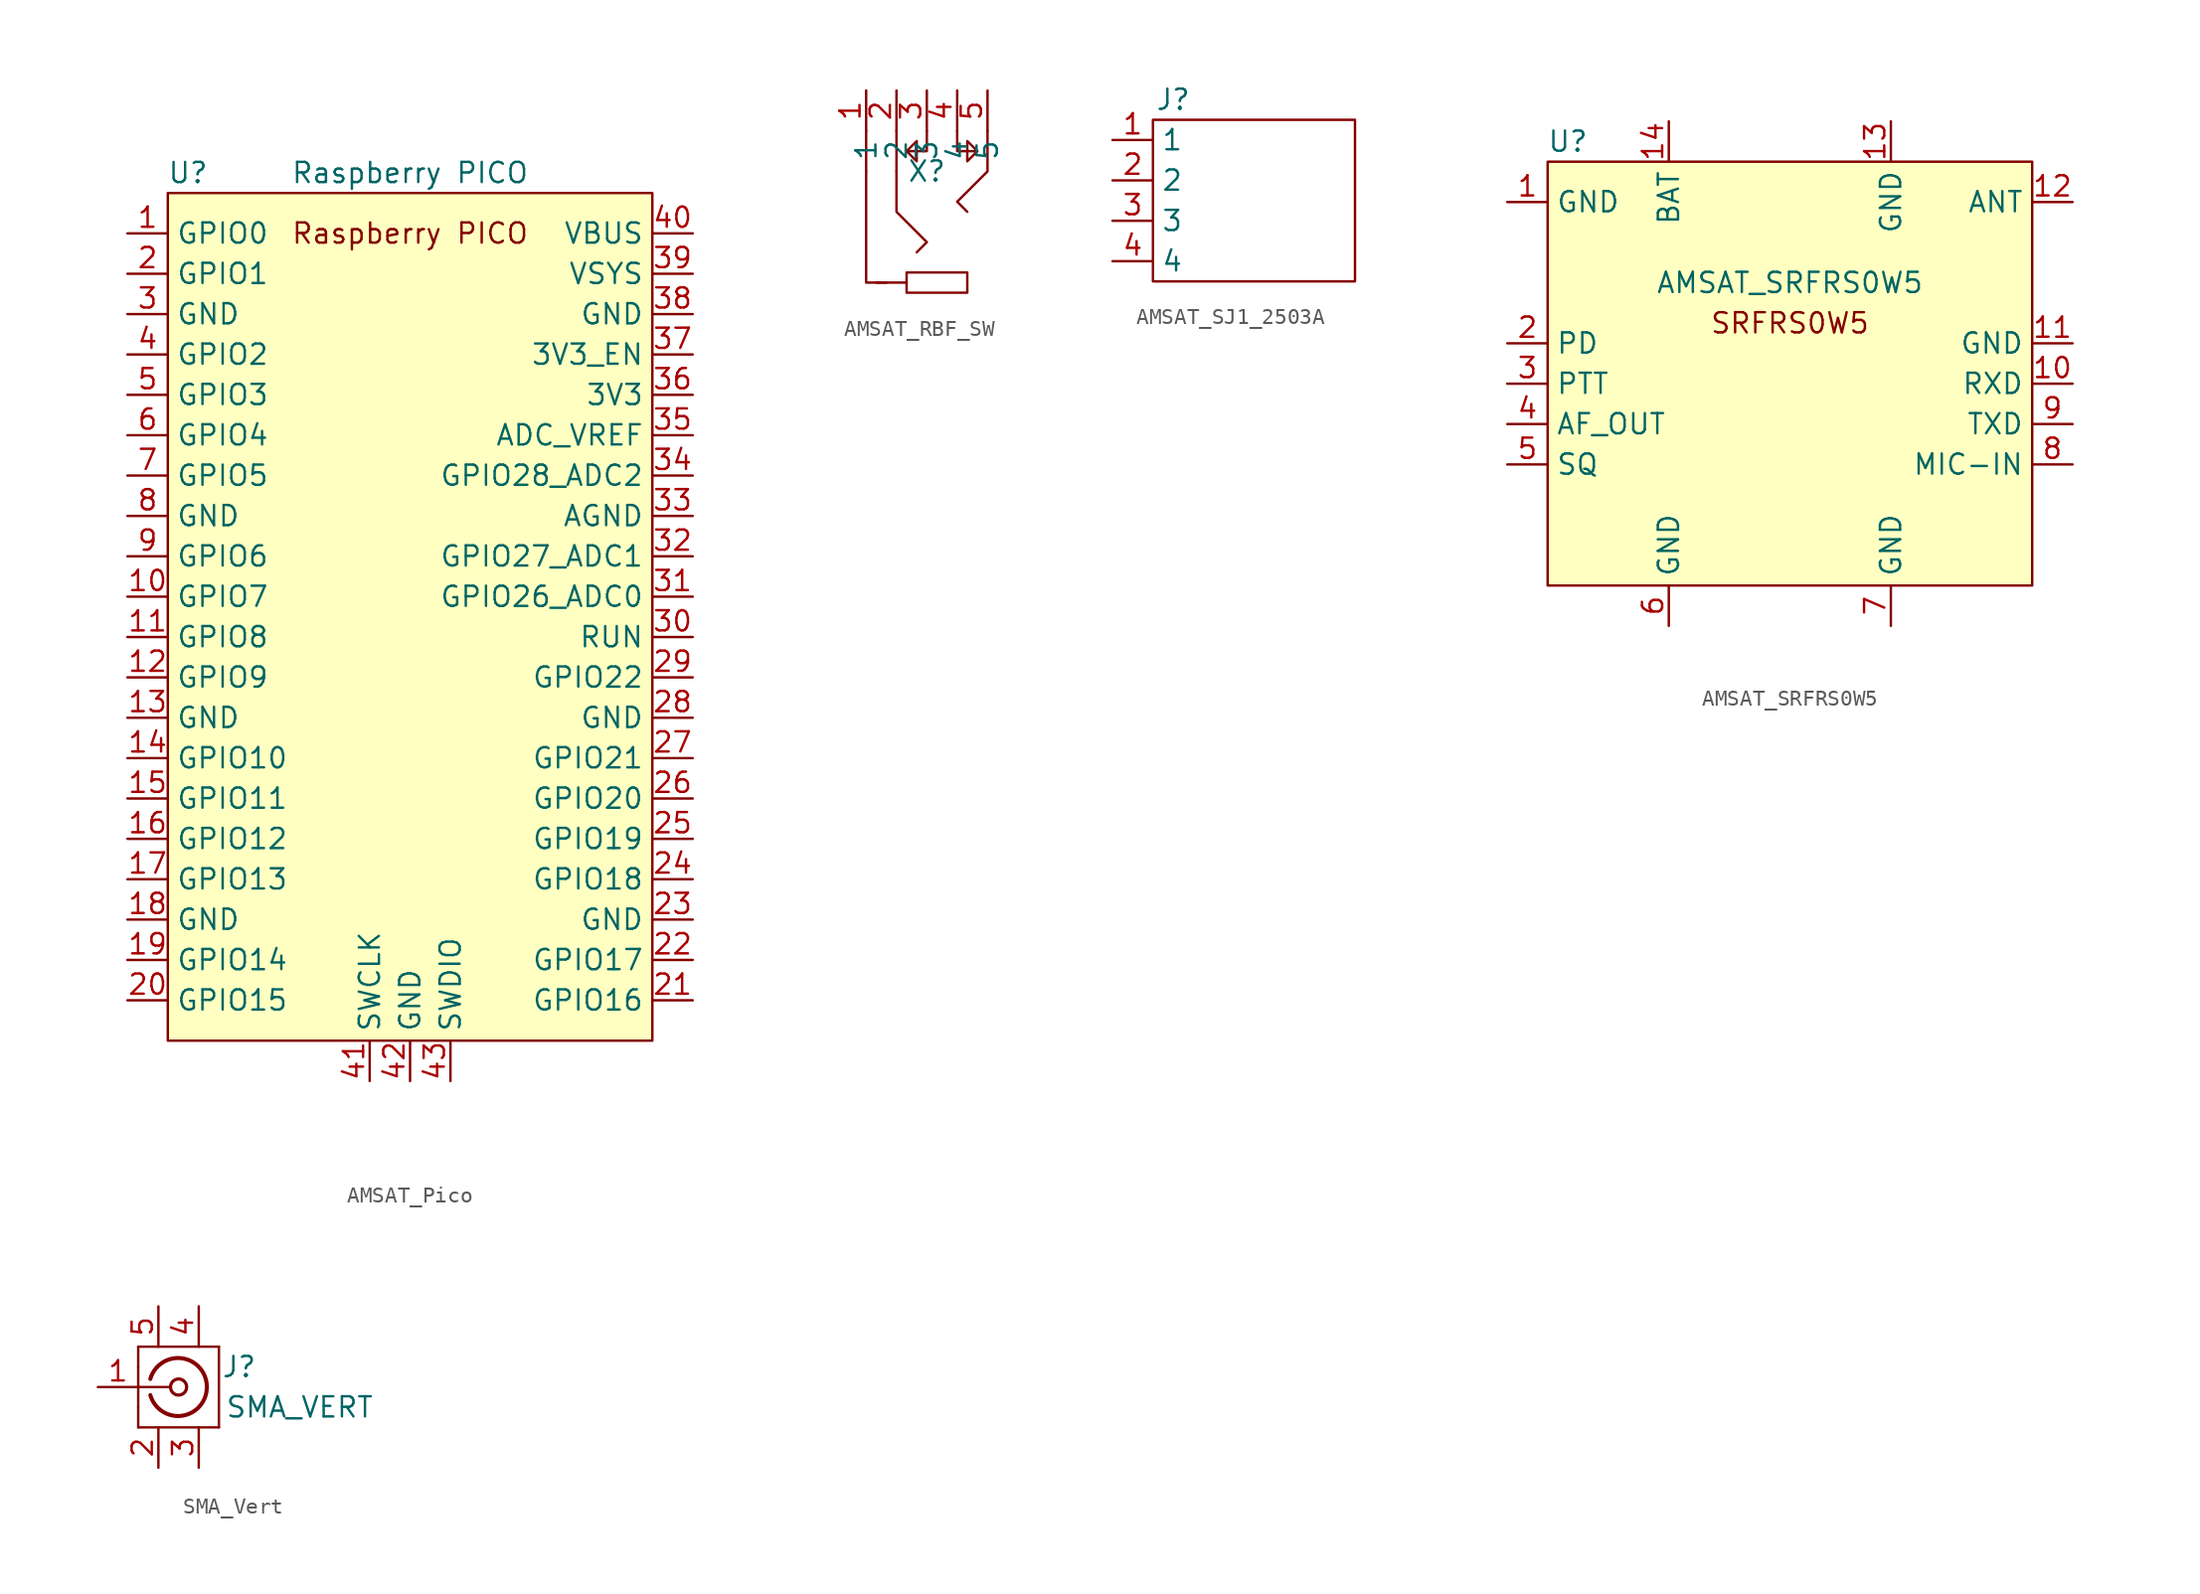
<source format=kicad_sym>
(kicad_symbol_lib
  (version 20220914)
  (generator kicad_symbol_editor)
  (symbol "AMSAT_Pico"
    (property "Reference" "U"
      (at -13.97 27.94 0)
      (effects (font (size 1.27 1.27))))
    (property "Value" "Raspberry PICO"
      (at 0 27.94 0)
      (effects (font (size 1.27 1.27))))
    (symbol "AMSAT_Pico_0_1"
      (rectangle (start -15.24 26.67) (end 15.24 -26.67) (stroke (width 0) (type default)) (fill (type background))))
    (symbol "AMSAT_Pico_1_0"
      (text "Raspberry PICO\n" (at 0 24.13 0) (effects (font (size 1.27 1.27)))))
    (symbol "AMSAT_Pico_1_1"
      (pin bidirectional line (at -17.78 24.13 0) (length 2.54) (name "GPIO0" (effects (font (size 1.27 1.27)))) (number "1" (effects (font (size 1.27 1.27)))))
      (pin bidirectional line (at -17.78 1.27 0) (length 2.54) (name "GPIO7" (effects (font (size 1.27 1.27)))) (number "10" (effects (font (size 1.27 1.27)))))
      (pin bidirectional line (at -17.78 -1.27 0) (length 2.54) (name "GPIO8" (effects (font (size 1.27 1.27)))) (number "11" (effects (font (size 1.27 1.27)))))
      (pin bidirectional line (at -17.78 -3.81 0) (length 2.54) (name "GPIO9" (effects (font (size 1.27 1.27)))) (number "12" (effects (font (size 1.27 1.27)))))
      (pin power_in line (at -17.78 -6.35 0) (length 2.54) (name "GND" (effects (font (size 1.27 1.27)))) (number "13" (effects (font (size 1.27 1.27)))))
      (pin bidirectional line (at -17.78 -8.89 0) (length 2.54) (name "GPIO10" (effects (font (size 1.27 1.27)))) (number "14" (effects (font (size 1.27 1.27)))))
      (pin bidirectional line (at -17.78 -11.43 0) (length 2.54) (name "GPIO11" (effects (font (size 1.27 1.27)))) (number "15" (effects (font (size 1.27 1.27)))))
      (pin bidirectional line (at -17.78 -13.97 0) (length 2.54) (name "GPIO12" (effects (font (size 1.27 1.27)))) (number "16" (effects (font (size 1.27 1.27)))))
      (pin bidirectional line (at -17.78 -16.51 0) (length 2.54) (name "GPIO13" (effects (font (size 1.27 1.27)))) (number "17" (effects (font (size 1.27 1.27)))))
      (pin power_in line (at -17.78 -19.05 0) (length 2.54) (name "GND" (effects (font (size 1.27 1.27)))) (number "18" (effects (font (size 1.27 1.27)))))
      (pin bidirectional line (at -17.78 -21.59 0) (length 2.54) (name "GPIO14" (effects (font (size 1.27 1.27)))) (number "19" (effects (font (size 1.27 1.27)))))
      (pin bidirectional line (at -17.78 21.59 0) (length 2.54) (name "GPIO1" (effects (font (size 1.27 1.27)))) (number "2" (effects (font (size 1.27 1.27)))))
      (pin bidirectional line (at -17.78 -24.13 0) (length 2.54) (name "GPIO15" (effects (font (size 1.27 1.27)))) (number "20" (effects (font (size 1.27 1.27)))))
      (pin bidirectional line (at 17.78 -24.13 180) (length 2.54) (name "GPIO16" (effects (font (size 1.27 1.27)))) (number "21" (effects (font (size 1.27 1.27)))))
      (pin bidirectional line (at 17.78 -21.59 180) (length 2.54) (name "GPIO17" (effects (font (size 1.27 1.27)))) (number "22" (effects (font (size 1.27 1.27)))))
      (pin power_in line (at 17.78 -19.05 180) (length 2.54) (name "GND" (effects (font (size 1.27 1.27)))) (number "23" (effects (font (size 1.27 1.27)))))
      (pin bidirectional line (at 17.78 -16.51 180) (length 2.54) (name "GPIO18" (effects (font (size 1.27 1.27)))) (number "24" (effects (font (size 1.27 1.27)))))
      (pin bidirectional line (at 17.78 -13.97 180) (length 2.54) (name "GPIO19" (effects (font (size 1.27 1.27)))) (number "25" (effects (font (size 1.27 1.27)))))
      (pin bidirectional line (at 17.78 -11.43 180) (length 2.54) (name "GPIO20" (effects (font (size 1.27 1.27)))) (number "26" (effects (font (size 1.27 1.27)))))
      (pin bidirectional line (at 17.78 -8.89 180) (length 2.54) (name "GPIO21" (effects (font (size 1.27 1.27)))) (number "27" (effects (font (size 1.27 1.27)))))
      (pin power_in line (at 17.78 -6.35 180) (length 2.54) (name "GND" (effects (font (size 1.27 1.27)))) (number "28" (effects (font (size 1.27 1.27)))))
      (pin bidirectional line (at 17.78 -3.81 180) (length 2.54) (name "GPIO22" (effects (font (size 1.27 1.27)))) (number "29" (effects (font (size 1.27 1.27)))))
      (pin power_in line (at -17.78 19.05 0) (length 2.54) (name "GND" (effects (font (size 1.27 1.27)))) (number "3" (effects (font (size 1.27 1.27)))))
      (pin input line (at 17.78 -1.27 180) (length 2.54) (name "RUN" (effects (font (size 1.27 1.27)))) (number "30" (effects (font (size 1.27 1.27)))))
      (pin bidirectional line (at 17.78 1.27 180) (length 2.54) (name "GPIO26_ADC0" (effects (font (size 1.27 1.27)))) (number "31" (effects (font (size 1.27 1.27)))))
      (pin bidirectional line (at 17.78 3.81 180) (length 2.54) (name "GPIO27_ADC1" (effects (font (size 1.27 1.27)))) (number "32" (effects (font (size 1.27 1.27)))))
      (pin power_in line (at 17.78 6.35 180) (length 2.54) (name "AGND" (effects (font (size 1.27 1.27)))) (number "33" (effects (font (size 1.27 1.27)))))
      (pin bidirectional line (at 17.78 8.89 180) (length 2.54) (name "GPIO28_ADC2" (effects (font (size 1.27 1.27)))) (number "34" (effects (font (size 1.27 1.27)))))
      (pin power_in line (at 17.78 11.43 180) (length 2.54) (name "ADC_VREF" (effects (font (size 1.27 1.27)))) (number "35" (effects (font (size 1.27 1.27)))))
      (pin power_in line (at 17.78 13.97 180) (length 2.54) (name "3V3" (effects (font (size 1.27 1.27)))) (number "36" (effects (font (size 1.27 1.27)))))
      (pin input line (at 17.78 16.51 180) (length 2.54) (name "3V3_EN" (effects (font (size 1.27 1.27)))) (number "37" (effects (font (size 1.27 1.27)))))
      (pin bidirectional line (at 17.78 19.05 180) (length 2.54) (name "GND" (effects (font (size 1.27 1.27)))) (number "38" (effects (font (size 1.27 1.27)))))
      (pin power_in line (at 17.78 21.59 180) (length 2.54) (name "VSYS" (effects (font (size 1.27 1.27)))) (number "39" (effects (font (size 1.27 1.27)))))
      (pin bidirectional line (at -17.78 16.51 0) (length 2.54) (name "GPIO2" (effects (font (size 1.27 1.27)))) (number "4" (effects (font (size 1.27 1.27)))))
      (pin power_in line (at 17.78 24.13 180) (length 2.54) (name "VBUS" (effects (font (size 1.27 1.27)))) (number "40" (effects (font (size 1.27 1.27)))))
      (pin input line (at -2.54 -29.21 90) (length 2.54) (name "SWCLK" (effects (font (size 1.27 1.27)))) (number "41" (effects (font (size 1.27 1.27)))))
      (pin power_in line (at 0 -29.21 90) (length 2.54) (name "GND" (effects (font (size 1.27 1.27)))) (number "42" (effects (font (size 1.27 1.27)))))
      (pin bidirectional line (at 2.54 -29.21 90) (length 2.54) (name "SWDIO" (effects (font (size 1.27 1.27)))) (number "43" (effects (font (size 1.27 1.27)))))
      (pin bidirectional line (at -17.78 13.97 0) (length 2.54) (name "GPIO3" (effects (font (size 1.27 1.27)))) (number "5" (effects (font (size 1.27 1.27)))))
      (pin bidirectional line (at -17.78 11.43 0) (length 2.54) (name "GPIO4" (effects (font (size 1.27 1.27)))) (number "6" (effects (font (size 1.27 1.27)))))
      (pin bidirectional line (at -17.78 8.89 0) (length 2.54) (name "GPIO5" (effects (font (size 1.27 1.27)))) (number "7" (effects (font (size 1.27 1.27)))))
      (pin power_in line (at -17.78 6.35 0) (length 2.54) (name "GND" (effects (font (size 1.27 1.27)))) (number "8" (effects (font (size 1.27 1.27)))))
      (pin bidirectional line (at -17.78 3.81 0) (length 2.54) (name "GPIO6" (effects (font (size 1.27 1.27)))) (number "9" (effects (font (size 1.27 1.27)))))))
  (symbol "AMSAT_RBF_SW"
    (property "Reference" "X"
      (at 0 2.54 0)
      (effects (font (size 1.27 1.27))))
    (property "Value" ""
      (at 0 2.54 0)
      (effects (font (size 1.27 1.27))))
    (symbol "AMSAT_RBF_SW_0_1"
      (rectangle (start -1.27 -3.81) (end 2.54 -5.08) (stroke (width 0) (type default)) (fill (type none)))
      (polyline (pts (xy -3.81 5.08) (xy -3.81 2.54)) (stroke (width 0) (type default)) (fill (type none)))
      (polyline (pts (xy -3.175 -4.445) (xy -1.27 -4.445)) (stroke (width 0) (type default)) (fill (type none)))
      (polyline (pts (xy -1.905 5.08) (xy -1.905 2.54)) (stroke (width 0) (type default)) (fill (type none)))
      (polyline (pts (xy -2.54 -4.445) (xy -3.81 -4.445) (xy -3.81 2.54)) (stroke (width 0) (type default)) (fill (type none)))
      (polyline (pts (xy -1.905 2.54) (xy -1.905 0) (xy 0 -1.905) (xy -0.635 -2.54)) (stroke (width 0) (type default)) (fill (type none)))
      (polyline (pts (xy 3.81 5.08) (xy 3.81 2.54) (xy 1.905 0.635) (xy 2.54 0)) (stroke (width 0) (type default)) (fill (type none)))
      (polyline (pts (xy 0 5.08) (xy 0 3.81) (xy -1.27 3.81) (xy -0.635 4.445) (xy -0.635 3.175) (xy -1.27 3.81)) (stroke (width 0) (type default)) (fill (type none)))
      (polyline (pts (xy 1.905 5.08) (xy 1.905 3.81) (xy 3.175 3.81) (xy 2.54 4.445) (xy 2.54 3.175) (xy 3.175 3.81)) (stroke (width 0) (type default)) (fill (type none))))
    (symbol "AMSAT_RBF_SW_1_1"
      (pin input line (at -3.81 7.62 270) (length 2.54) (name "1" (effects (font (size 1.27 1.27)))) (number "1" (effects (font (size 1.27 1.27)))))
      (pin input line (at -1.905 7.62 270) (length 2.54) (name "2" (effects (font (size 1.27 1.27)))) (number "2" (effects (font (size 1.27 1.27)))))
      (pin input line (at 0 7.62 270) (length 2.54) (name "3" (effects (font (size 1.27 1.27)))) (number "3" (effects (font (size 1.27 1.27)))))
      (pin input line (at 1.905 7.62 270) (length 2.54) (name "4" (effects (font (size 1.27 1.27)))) (number "4" (effects (font (size 1.27 1.27)))))
      (pin input line (at 3.81 7.62 270) (length 2.54) (name "5" (effects (font (size 1.27 1.27)))) (number "5" (effects (font (size 1.27 1.27)))))))
  (symbol "AMSAT_SJ1_2503A"
    (property "Reference" "J"
      (at -2.54 3.81 0)
      (effects (font (size 1.27 1.27))))
    (property "Value" ""
      (at 0 2.54 0)
      (effects (font (size 1.27 1.27))))
    (symbol "AMSAT_SJ1_2503A_0_1"
      (rectangle (start -3.81 2.54) (end 8.89 -7.62) (stroke (width 0) (type default)) (fill (type none))))
    (symbol "AMSAT_SJ1_2503A_1_1"
      (pin input line (at -6.35 1.27 0) (length 2.54) (name "1" (effects (font (size 1.27 1.27)))) (number "1" (effects (font (size 1.27 1.27)))))
      (pin input line (at -6.35 -1.27 0) (length 2.54) (name "2" (effects (font (size 1.27 1.27)))) (number "2" (effects (font (size 1.27 1.27)))))
      (pin input line (at -6.35 -3.81 0) (length 2.54) (name "3" (effects (font (size 1.27 1.27)))) (number "3" (effects (font (size 1.27 1.27)))))
      (pin input line (at -6.35 -6.35 0) (length 2.54) (name "4" (effects (font (size 1.27 1.27)))) (number "4" (effects (font (size 1.27 1.27)))))))
  (symbol "AMSAT_SRFRS0W5"
    (property "Reference" "U"
      (at -13.97 27.94 0)
      (effects (font (size 1.27 1.27))))
    (property "Value" "AMSAT_SRFRS0W5"
      (at 0 19.05 0)
      (effects (font (size 1.27 1.27))))
    (symbol "AMSAT_SRFRS0W5_0_1"
      (rectangle (start -15.24 26.67) (end 15.24 0) (stroke (width 0) (type default)) (fill (type background))))
    (symbol "AMSAT_SRFRS0W5_1_0"
      (text "SRFRS0W5" (at 0 16.51 0) (effects (font (size 1.27 1.27)))))
    (symbol "AMSAT_SRFRS0W5_1_1"
      (pin power_in line (at -17.78 24.13 0) (length 2.54) (name "GND" (effects (font (size 1.27 1.27)))) (number "1" (effects (font (size 1.27 1.27)))))
      (pin input line (at 17.78 12.7 180) (length 2.54) (name "RXD" (effects (font (size 1.27 1.27)))) (number "10" (effects (font (size 1.27 1.27)))))
      (pin power_in line (at 17.78 15.24 180) (length 2.54) (name "GND" (effects (font (size 1.27 1.27)))) (number "11" (effects (font (size 1.27 1.27)))))
      (pin output line (at 17.78 24.13 180) (length 2.54) (name "ANT" (effects (font (size 1.27 1.27)))) (number "12" (effects (font (size 1.27 1.27)))))
      (pin power_in line (at 6.35 29.21 270) (length 2.54) (name "GND" (effects (font (size 1.27 1.27)))) (number "13" (effects (font (size 1.27 1.27)))))
      (pin input line (at -7.62 29.21 270) (length 2.54) (name "BAT" (effects (font (size 1.27 1.27)))) (number "14" (effects (font (size 1.27 1.27)))))
      (pin bidirectional line (at -17.78 15.24 0) (length 2.54) (name "PD" (effects (font (size 1.27 1.27)))) (number "2" (effects (font (size 1.27 1.27)))))
      (pin output line (at -17.78 12.7 0) (length 2.54) (name "PTT" (effects (font (size 1.27 1.27)))) (number "3" (effects (font (size 1.27 1.27)))))
      (pin output line (at -17.78 10.16 0) (length 2.54) (name "AF_OUT" (effects (font (size 1.27 1.27)))) (number "4" (effects (font (size 1.27 1.27)))))
      (pin output line (at -17.78 7.62 0) (length 2.54) (name "SQ" (effects (font (size 1.27 1.27)))) (number "5" (effects (font (size 1.27 1.27)))))
      (pin power_in line (at -7.62 -2.54 90) (length 2.54) (name "GND" (effects (font (size 1.27 1.27)))) (number "6" (effects (font (size 1.27 1.27)))))
      (pin power_in line (at 6.35 -2.54 90) (length 2.54) (name "GND" (effects (font (size 1.27 1.27)))) (number "7" (effects (font (size 1.27 1.27)))))
      (pin input line (at 17.78 7.62 180) (length 2.54) (name "MIC-IN" (effects (font (size 1.27 1.27)))) (number "8" (effects (font (size 1.27 1.27)))))
      (pin output line (at 17.78 10.16 180) (length 2.54) (name "TXD" (effects (font (size 1.27 1.27)))) (number "9" (effects (font (size 1.27 1.27)))))))
  (symbol "SMA_Vert"
    (pin_names
      (offset 1.016) hide)
    (property "Reference" "J"
      (at 3.81 1.27 0)
      (effects (font (size 1.27 1.27))))
    (property "Value" "SMA_VERT"
      (at 7.62 -1.27 0)
      (effects (font (size 1.27 1.27))))
    (symbol "SMA_Vert_0_1"
      (arc (start -1.778 -0.508) (mid 0.2311 -1.8066) (end 1.778 0) (stroke (width 0.254) (type default)) (fill (type none)))
      (polyline (pts (xy -2.54 -2.54) (xy -2.54 -1.27)) (stroke (width 0) (type default)) (fill (type none)))
      (polyline (pts (xy -2.54 0) (xy -0.508 0)) (stroke (width 0) (type default)) (fill (type none)))
      (polyline (pts (xy -2.54 1.27) (xy -2.54 -1.27)) (stroke (width 0) (type default)) (fill (type none)))
      (polyline (pts (xy -2.54 2.54) (xy -2.54 1.27)) (stroke (width 0) (type default)) (fill (type none)))
      (polyline (pts (xy 2.54 -2.54) (xy -2.54 -2.54)) (stroke (width 0) (type default)) (fill (type none)))
      (polyline (pts (xy 2.54 2.54) (xy -2.54 2.54)) (stroke (width 0) (type default)) (fill (type none)))
      (polyline (pts (xy 2.54 2.54) (xy 2.54 -2.54)) (stroke (width 0) (type default)) (fill (type none)))
      (circle (center 0 0) (radius 0.508) (stroke (width 0.203) (type default)) (fill (type none)))
      (arc (start 1.778 0) (mid 0.2099 1.8101) (end -1.778 0.508) (stroke (width 0.254) (type default)) (fill (type none))))
    (symbol "SMA_Vert_1_1"
      (pin passive line (at -5.08 0 0) (length 2.54) (name "In" (effects (font (size 1.27 1.27)))) (number "1" (effects (font (size 1.27 1.27)))))
      (pin passive line (at -1.27 -5.08 90) (length 2.54) (name "Ext" (effects (font (size 1.27 1.27)))) (number "2" (effects (font (size 1.27 1.27)))))
      (pin passive line (at 1.27 -5.08 90) (length 2.54) (name "Ext" (effects (font (size 1.27 1.27)))) (number "3" (effects (font (size 1.27 1.27)))))
      (pin passive line (at 1.27 5.08 270) (length 2.54) (name "Ext" (effects (font (size 1.27 1.27)))) (number "4" (effects (font (size 1.27 1.27)))))
      (pin passive line (at -1.27 5.08 270) (length 2.54) (name "Ext" (effects (font (size 1.27 1.27)))) (number "5" (effects (font (size 1.27 1.27))))))))
</source>
